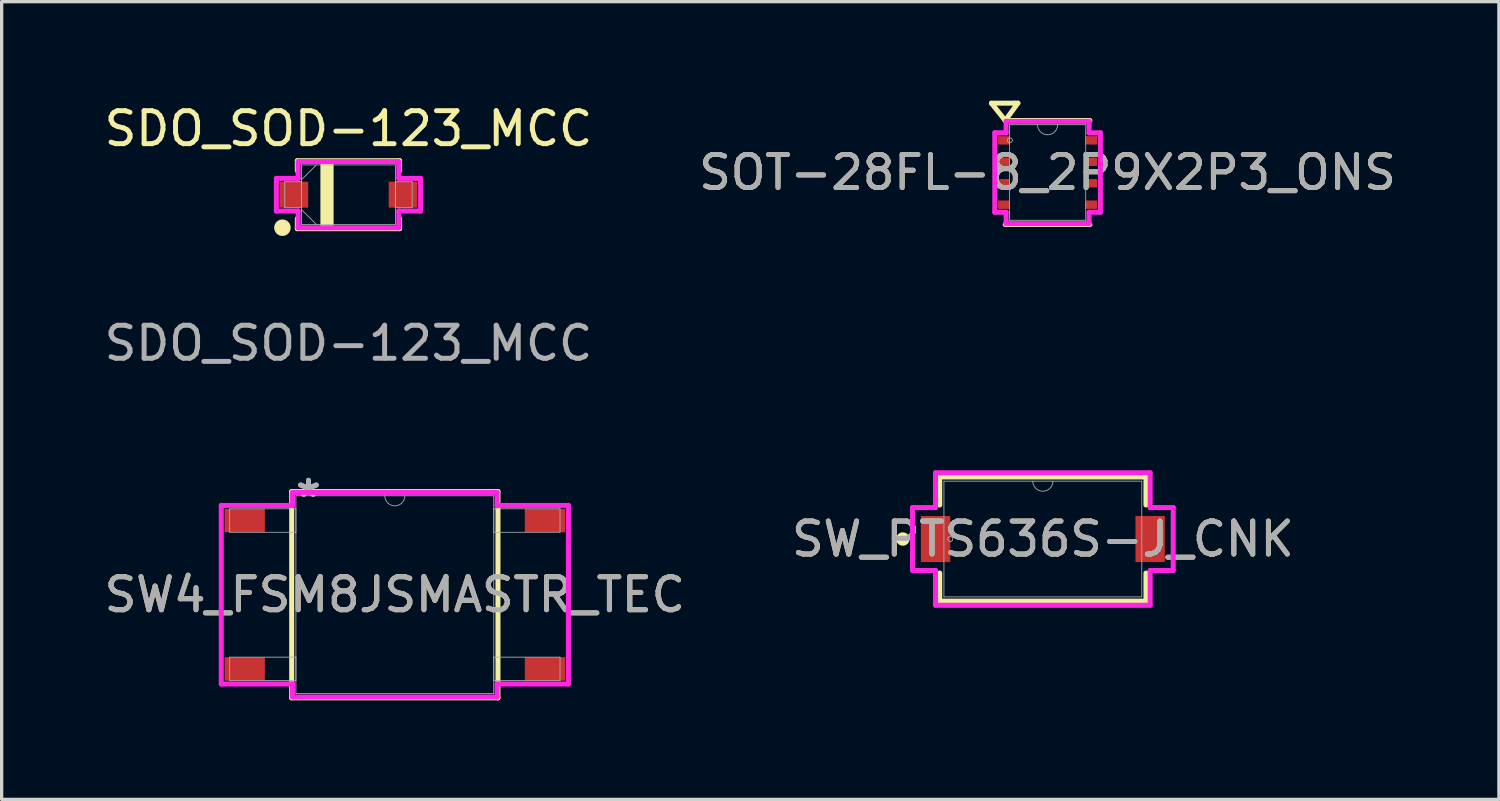
<source format=kicad_pcb>
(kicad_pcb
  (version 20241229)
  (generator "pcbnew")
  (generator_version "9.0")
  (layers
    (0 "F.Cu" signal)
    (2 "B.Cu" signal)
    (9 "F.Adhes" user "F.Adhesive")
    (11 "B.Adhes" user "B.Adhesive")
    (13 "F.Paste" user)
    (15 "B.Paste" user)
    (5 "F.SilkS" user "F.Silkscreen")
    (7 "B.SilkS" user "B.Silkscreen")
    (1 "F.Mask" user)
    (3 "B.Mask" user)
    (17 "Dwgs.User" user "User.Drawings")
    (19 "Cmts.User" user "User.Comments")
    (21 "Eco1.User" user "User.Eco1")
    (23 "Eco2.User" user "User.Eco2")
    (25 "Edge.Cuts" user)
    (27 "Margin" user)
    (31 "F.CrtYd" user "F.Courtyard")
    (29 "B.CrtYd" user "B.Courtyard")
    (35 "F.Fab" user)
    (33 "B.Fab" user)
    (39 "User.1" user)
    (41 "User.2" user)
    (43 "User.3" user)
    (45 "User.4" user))
  (footprint "SOT-28FL-8_2P9X2P3_ONS"
    (layer "F.Cu")
    (at 28.685 2.176)
    (property "Reference" "SOT-28FL-8_2P9X2P3_ONS" (at 0 0 0) (unlocked yes) (layer "F.SilkS") (effects (font (size 1 1) (thickness 0.15))))
    (attr smd)
    (fp_line (start -1.7 -2.1) (end -1 -2.1) (stroke (width 0.152) (type solid)) (layer "F.SilkS"))
    (fp_line (start -1.283 -1.575) (end -1.7 -2.1) (stroke (width 0.152) (type solid)) (layer "F.SilkS"))
    (fp_line (start -1.283 1.575) (end 1.283 1.575) (stroke (width 0.152) (type solid)) (layer "F.SilkS"))
    (fp_line (start -1 -2.1) (end -0.9 -2.1) (stroke (width 0.152) (type solid)) (layer "F.SilkS"))
    (fp_line (start -0.9 -2.1) (end -1.283 -1.575) (stroke (width 0.152) (type solid)) (layer "F.SilkS"))
    (fp_line (start 1.283 -1.575) (end -1.283 -1.575) (stroke (width 0.152) (type solid)) (layer "F.SilkS"))
    (fp_line (start -1.6 -1.204) (end -1.257 -1.204) (stroke (width 0.152) (type solid)) (layer "F.CrtYd"))
    (fp_line (start -1.6 1.204) (end -1.6 -1.204) (stroke (width 0.152) (type solid)) (layer "F.CrtYd"))
    (fp_line (start -1.257 -1.549) (end 1.257 -1.549) (stroke (width 0.152) (type solid)) (layer "F.CrtYd"))
    (fp_line (start -1.257 -1.204) (end -1.257 -1.549) (stroke (width 0.152) (type solid)) (layer "F.CrtYd"))
    (fp_line (start -1.257 1.204) (end -1.6 1.204) (stroke (width 0.152) (type solid)) (layer "F.CrtYd"))
    (fp_line (start -1.257 1.549) (end -1.257 1.204) (stroke (width 0.152) (type solid)) (layer "F.CrtYd"))
    (fp_line (start 1.257 -1.549) (end 1.257 -1.204) (stroke (width 0.152) (type solid)) (layer "F.CrtYd"))
    (fp_line (start 1.257 -1.204) (end 1.6 -1.204) (stroke (width 0.152) (type solid)) (layer "F.CrtYd"))
    (fp_line (start 1.257 1.204) (end 1.257 1.549) (stroke (width 0.152) (type solid)) (layer "F.CrtYd"))
    (fp_line (start 1.257 1.549) (end -1.257 1.549) (stroke (width 0.152) (type solid)) (layer "F.CrtYd"))
    (fp_line (start 1.6 -1.204) (end 1.6 1.204) (stroke (width 0.152) (type solid)) (layer "F.CrtYd"))
    (fp_line (start 1.6 1.204) (end 1.257 1.204) (stroke (width 0.152) (type solid)) (layer "F.CrtYd"))
    (fp_line (start -1.156 -1.448) (end -1.156 1.448) (stroke (width 0.025) (type solid)) (layer "F.Fab"))
    (fp_line (start -1.156 1.448) (end 1.156 1.448) (stroke (width 0.025) (type solid)) (layer "F.Fab"))
    (fp_line (start 1.156 -1.448) (end -1.156 -1.448) (stroke (width 0.025) (type solid)) (layer "F.Fab"))
    (fp_line (start 1.156 1.448) (end 1.156 -1.448) (stroke (width 0.025) (type solid)) (layer "F.Fab"))
    (fp_arc (start 0.3048 -1.4478) (mid 0 -1.143) (end -0.3048 -1.4478) (stroke (width 0.0254) (type solid)) (layer "F.Fab"))
    (fp_circle (center -1.143 -0.975) (end -1.067 -0.975) (stroke (width 0.025) (type solid)) (fill no) (layer "F.Fab"))
    (fp_text user "${REFERENCE}" (at 0 0 0) (unlocked yes) (layer "F.Fab") (effects (font (size 1 1) (thickness 0.15))))
    (pad "1" smd rect (at -1.321 -0.975) (size 0.356 0.254) (layers "F.Cu" "F.Mask" "F.Paste"))
    (pad "2" smd rect (at -1.321 -0.325) (size 0.356 0.254) (layers "F.Cu" "F.Mask" "F.Paste"))
    (pad "3" smd rect (at -1.321 0.325) (size 0.356 0.254) (layers "F.Cu" "F.Mask" "F.Paste"))
    (pad "4" smd rect (at -1.321 0.975) (size 0.356 0.254) (layers "F.Cu" "F.Mask" "F.Paste"))
    (pad "5" smd rect (at 1.321 0.975) (size 0.356 0.254) (layers "F.Cu" "F.Mask" "F.Paste"))
    (pad "6" smd rect (at 1.321 0.325) (size 0.356 0.254) (layers "F.Cu" "F.Mask" "F.Paste"))
    (pad "7" smd rect (at 1.321 -0.325) (size 0.356 0.254) (layers "F.Cu" "F.Mask" "F.Paste"))
    (pad "8" smd rect (at 1.321 -0.975) (size 0.356 0.254) (layers "F.Cu" "F.Mask" "F.Paste")))
  (footprint "SW_PTS636S-J_CNK"
    (layer "F.Cu")
    (at 28.542 13.279)
    (property "Reference" "SW_PTS636S-J_CNK" (at 0 0 0) (unlocked yes) (layer "F.SilkS") (effects (font (size 1 1) (thickness 0.15))))
    (attr smd)
    (fp_line (start -3.124 -1.88) (end -3.124 -1.031) (stroke (width 0.152) (type solid)) (layer "F.SilkS"))
    (fp_line (start -3.124 1.031) (end -3.124 1.88) (stroke (width 0.152) (type solid)) (layer "F.SilkS"))
    (fp_line (start -3.124 1.88) (end 3.124 1.88) (stroke (width 0.152) (type solid)) (layer "F.SilkS"))
    (fp_line (start 3.124 -1.88) (end -3.124 -1.88) (stroke (width 0.152) (type solid)) (layer "F.SilkS"))
    (fp_line (start 3.124 -1.031) (end 3.124 -1.88) (stroke (width 0.152) (type solid)) (layer "F.SilkS"))
    (fp_line (start 3.124 1.88) (end 3.124 1.031) (stroke (width 0.152) (type solid)) (layer "F.SilkS"))
    (fp_circle (center -4.241 0) (end -4.114 0) (stroke (width 0.152) (type solid)) (fill no) (layer "F.SilkS"))
    (fp_line (start -3.949 -0.953) (end -3.251 -0.953) (stroke (width 0.152) (type solid)) (layer "F.CrtYd"))
    (fp_line (start -3.949 0.953) (end -3.949 -0.953) (stroke (width 0.152) (type solid)) (layer "F.CrtYd"))
    (fp_line (start -3.949 0.953) (end -3.251 0.953) (stroke (width 0.152) (type solid)) (layer "F.CrtYd"))
    (fp_line (start -3.251 -2.007) (end 3.251 -2.007) (stroke (width 0.152) (type solid)) (layer "F.CrtYd"))
    (fp_line (start -3.251 -0.953) (end -3.251 -2.007) (stroke (width 0.152) (type solid)) (layer "F.CrtYd"))
    (fp_line (start -3.251 2.007) (end -3.251 0.953) (stroke (width 0.152) (type solid)) (layer "F.CrtYd"))
    (fp_line (start 3.251 -2.007) (end 3.251 -0.953) (stroke (width 0.152) (type solid)) (layer "F.CrtYd"))
    (fp_line (start 3.251 0.953) (end 3.251 2.007) (stroke (width 0.152) (type solid)) (layer "F.CrtYd"))
    (fp_line (start 3.251 2.007) (end -3.251 2.007) (stroke (width 0.152) (type solid)) (layer "F.CrtYd"))
    (fp_line (start 3.949 -0.953) (end 3.251 -0.953) (stroke (width 0.152) (type solid)) (layer "F.CrtYd"))
    (fp_line (start 3.949 -0.953) (end 3.949 0.953) (stroke (width 0.152) (type solid)) (layer "F.CrtYd"))
    (fp_line (start 3.949 0.953) (end 3.251 0.953) (stroke (width 0.152) (type solid)) (layer "F.CrtYd"))
    (fp_line (start -2.997 -1.753) (end -2.997 1.753) (stroke (width 0.025) (type solid)) (layer "F.Fab"))
    (fp_line (start -2.997 1.753) (end 2.997 1.753) (stroke (width 0.025) (type solid)) (layer "F.Fab"))
    (fp_line (start 2.997 -1.753) (end -2.997 -1.753) (stroke (width 0.025) (type solid)) (layer "F.Fab"))
    (fp_line (start 2.997 1.753) (end 2.997 -1.753) (stroke (width 0.025) (type solid)) (layer "F.Fab"))
    (fp_arc (start 0.3048 -1.7526) (mid 0 -1.4478) (end -0.3048 -1.7526) (stroke (width 0.0254) (type solid)) (layer "F.Fab"))
    (fp_circle (center -2.805 0) (end -2.729 0) (stroke (width 0.025) (type solid)) (fill no) (layer "F.Fab"))
    (fp_text user "${REFERENCE}" (at 0 0 0) (unlocked yes) (layer "F.Fab") (effects (font (size 1 1) (thickness 0.15))))
    (pad "1" smd rect (at -3.25 0) (size 0.889 1.397) (layers "F.Cu" "F.Mask" "F.Paste"))
    (pad "2" smd rect (at 3.25 0) (size 0.889 1.397) (layers "F.Cu" "F.Mask" "F.Paste")))
  (footprint "SDO_SOD-123_MCC"
    (layer "F.Cu")
    (at 7.506 2.848)
    (property "Reference" "SDO_SOD-123_MCC" (at 0 -2 0) (unlocked yes) (layer "F.SilkS") (effects (font (size 1 1) (thickness 0.15))))
    (attr smd)
    (fp_line (start -1.549 -1.029) (end -1.549 -0.726) (stroke (width 0.152) (type solid)) (layer "F.SilkS"))
    (fp_line (start -1.549 0.726) (end -1.549 1.029) (stroke (width 0.152) (type solid)) (layer "F.SilkS"))
    (fp_line (start -1.549 1.029) (end 1.549 1.029) (stroke (width 0.152) (type solid)) (layer "F.SilkS"))
    (fp_line (start 1.549 -1.029) (end -1.549 -1.029) (stroke (width 0.152) (type solid)) (layer "F.SilkS"))
    (fp_line (start 1.549 -0.726) (end 1.549 -1.029) (stroke (width 0.152) (type solid)) (layer "F.SilkS"))
    (fp_line (start 1.549 1.029) (end 1.549 0.726) (stroke (width 0.152) (type solid)) (layer "F.SilkS"))
    (fp_rect (start -0.8 -1) (end -0.5 1) (stroke (width 0.1) (type solid)) (fill yes) (layer "F.SilkS"))
    (fp_circle (center -2 1) (end -1.8 1) (stroke (width 0.1) (type solid)) (fill yes) (layer "F.SilkS"))
    (fp_line (start -2.184 -0.495) (end -1.524 -0.495) (stroke (width 0.152) (type solid)) (layer "F.CrtYd"))
    (fp_line (start -2.184 0.495) (end -2.184 -0.495) (stroke (width 0.152) (type solid)) (layer "F.CrtYd"))
    (fp_line (start -1.524 -1.003) (end 1.524 -1.003) (stroke (width 0.152) (type solid)) (layer "F.CrtYd"))
    (fp_line (start -1.524 -0.495) (end -1.524 -1.003) (stroke (width 0.152) (type solid)) (layer "F.CrtYd"))
    (fp_line (start -1.524 0.495) (end -2.184 0.495) (stroke (width 0.152) (type solid)) (layer "F.CrtYd"))
    (fp_line (start -1.524 1.003) (end -1.524 0.495) (stroke (width 0.152) (type solid)) (layer "F.CrtYd"))
    (fp_line (start 1.524 -1.003) (end 1.524 -0.495) (stroke (width 0.152) (type solid)) (layer "F.CrtYd"))
    (fp_line (start 1.524 -0.495) (end 2.184 -0.495) (stroke (width 0.152) (type solid)) (layer "F.CrtYd"))
    (fp_line (start 1.524 0.495) (end 1.524 1.003) (stroke (width 0.152) (type solid)) (layer "F.CrtYd"))
    (fp_line (start 1.524 1.003) (end -1.524 1.003) (stroke (width 0.152) (type solid)) (layer "F.CrtYd"))
    (fp_line (start 2.184 -0.495) (end 2.184 0.495) (stroke (width 0.152) (type solid)) (layer "F.CrtYd"))
    (fp_line (start 2.184 0.495) (end 1.524 0.495) (stroke (width 0.152) (type solid)) (layer "F.CrtYd"))
    (fp_line (start -1.93 -0.394) (end -1.93 0.394) (stroke (width 0.025) (type solid)) (layer "F.Fab"))
    (fp_line (start -1.93 0.394) (end -1.422 0.394) (stroke (width 0.025) (type solid)) (layer "F.Fab"))
    (fp_line (start -1.422 -0.902) (end -1.422 0.902) (stroke (width 0.025) (type solid)) (layer "F.Fab"))
    (fp_line (start -1.422 -0.451) (end -0.972 -0.902) (stroke (width 0.025) (type solid)) (layer "F.Fab"))
    (fp_line (start -1.422 -0.394) (end -1.93 -0.394) (stroke (width 0.025) (type solid)) (layer "F.Fab"))
    (fp_line (start -1.422 0.394) (end -1.422 -0.394) (stroke (width 0.025) (type solid)) (layer "F.Fab"))
    (fp_line (start -1.422 0.451) (end -0.972 0.902) (stroke (width 0.025) (type solid)) (layer "F.Fab"))
    (fp_line (start -1.422 0.902) (end 1.422 0.902) (stroke (width 0.025) (type solid)) (layer "F.Fab"))
    (fp_line (start 1.422 -0.902) (end -1.422 -0.902) (stroke (width 0.025) (type solid)) (layer "F.Fab"))
    (fp_line (start 1.422 -0.394) (end 1.422 0.394) (stroke (width 0.025) (type solid)) (layer "F.Fab"))
    (fp_line (start 1.422 0.394) (end 1.93 0.394) (stroke (width 0.025) (type solid)) (layer "F.Fab"))
    (fp_line (start 1.422 0.902) (end 1.422 -0.902) (stroke (width 0.025) (type solid)) (layer "F.Fab"))
    (fp_line (start 1.93 -0.394) (end 1.422 -0.394) (stroke (width 0.025) (type solid)) (layer "F.Fab"))
    (fp_line (start 1.93 0.394) (end 1.93 -0.394) (stroke (width 0.025) (type solid)) (layer "F.Fab"))
    (fp_text user "${REFERENCE}" (at 0 4.5 0) (unlocked yes) (layer "F.Fab") (effects (font (size 1 1) (thickness 0.15))))
    (pad "1" smd rect (at -1.651 0) (size 0.864 0.787) (layers "F.Cu" "F.Mask" "F.Paste"))
    (pad "2" smd rect (at 1.651 0) (size 0.864 0.787) (layers "F.Cu" "F.Mask" "F.Paste")))
  (footprint "SW4_FSM8JSMASTR_TEC"
    (layer "F.Cu")
    (at 8.911 14.966)
    (property "Reference" "SW4_FSM8JSMASTR_TEC" (at 0 0 0) (unlocked yes) (layer "F.SilkS") (effects (font (size 1 1) (thickness 0.15))))
    (attr smd)
    (fp_line (start -3.124 -3.124) (end -3.124 3.124) (stroke (width 0.152) (type solid)) (layer "F.SilkS"))
    (fp_line (start -3.124 3.124) (end 3.124 3.124) (stroke (width 0.152) (type solid)) (layer "F.SilkS"))
    (fp_line (start 3.124 -3.124) (end -3.124 -3.124) (stroke (width 0.152) (type solid)) (layer "F.SilkS"))
    (fp_line (start 3.124 3.124) (end 3.124 -3.124) (stroke (width 0.152) (type solid)) (layer "F.SilkS"))
    (fp_line (start -5.258 -2.705) (end -3.099 -2.705) (stroke (width 0.152) (type solid)) (layer "F.CrtYd"))
    (fp_line (start -5.258 2.705) (end -5.258 -2.705) (stroke (width 0.152) (type solid)) (layer "F.CrtYd"))
    (fp_line (start -5.258 2.705) (end -3.099 2.705) (stroke (width 0.152) (type solid)) (layer "F.CrtYd"))
    (fp_line (start -3.099 -3.099) (end 3.099 -3.099) (stroke (width 0.152) (type solid)) (layer "F.CrtYd"))
    (fp_line (start -3.099 -2.705) (end -3.099 -3.099) (stroke (width 0.152) (type solid)) (layer "F.CrtYd"))
    (fp_line (start -3.099 3.099) (end -3.099 2.705) (stroke (width 0.152) (type solid)) (layer "F.CrtYd"))
    (fp_line (start 3.099 -3.099) (end 3.099 -2.705) (stroke (width 0.152) (type solid)) (layer "F.CrtYd"))
    (fp_line (start 3.099 2.705) (end 3.099 3.099) (stroke (width 0.152) (type solid)) (layer "F.CrtYd"))
    (fp_line (start 3.099 3.099) (end -3.099 3.099) (stroke (width 0.152) (type solid)) (layer "F.CrtYd"))
    (fp_line (start 5.258 -2.705) (end 3.099 -2.705) (stroke (width 0.152) (type solid)) (layer "F.CrtYd"))
    (fp_line (start 5.258 -2.705) (end 5.258 2.705) (stroke (width 0.152) (type solid)) (layer "F.CrtYd"))
    (fp_line (start 5.258 2.705) (end 3.099 2.705) (stroke (width 0.152) (type solid)) (layer "F.CrtYd"))
    (fp_line (start -5.004 -2.603) (end -5.004 -1.892) (stroke (width 0.025) (type solid)) (layer "F.Fab"))
    (fp_line (start -5.004 -1.892) (end -2.997 -1.892) (stroke (width 0.025) (type solid)) (layer "F.Fab"))
    (fp_line (start -5.004 1.892) (end -5.004 2.603) (stroke (width 0.025) (type solid)) (layer "F.Fab"))
    (fp_line (start -5.004 2.603) (end -2.997 2.603) (stroke (width 0.025) (type solid)) (layer "F.Fab"))
    (fp_line (start -2.997 -2.997) (end -2.997 2.997) (stroke (width 0.025) (type solid)) (layer "F.Fab"))
    (fp_line (start -2.997 -2.603) (end -5.004 -2.603) (stroke (width 0.025) (type solid)) (layer "F.Fab"))
    (fp_line (start -2.997 -1.892) (end -2.997 -2.603) (stroke (width 0.025) (type solid)) (layer "F.Fab"))
    (fp_line (start -2.997 1.892) (end -5.004 1.892) (stroke (width 0.025) (type solid)) (layer "F.Fab"))
    (fp_line (start -2.997 2.603) (end -2.997 1.892) (stroke (width 0.025) (type solid)) (layer "F.Fab"))
    (fp_line (start -2.997 2.997) (end 2.997 2.997) (stroke (width 0.025) (type solid)) (layer "F.Fab"))
    (fp_line (start 2.997 -2.997) (end -2.997 -2.997) (stroke (width 0.025) (type solid)) (layer "F.Fab"))
    (fp_line (start 2.997 -2.603) (end 2.997 -1.892) (stroke (width 0.025) (type solid)) (layer "F.Fab"))
    (fp_line (start 2.997 -1.892) (end 5.004 -1.892) (stroke (width 0.025) (type solid)) (layer "F.Fab"))
    (fp_line (start 2.997 1.892) (end 2.997 2.603) (stroke (width 0.025) (type solid)) (layer "F.Fab"))
    (fp_line (start 2.997 2.603) (end 5.004 2.603) (stroke (width 0.025) (type solid)) (layer "F.Fab"))
    (fp_line (start 2.997 2.997) (end 2.997 -2.997) (stroke (width 0.025) (type solid)) (layer "F.Fab"))
    (fp_line (start 5.004 -2.603) (end 2.997 -2.603) (stroke (width 0.025) (type solid)) (layer "F.Fab"))
    (fp_line (start 5.004 -1.892) (end 5.004 -2.603) (stroke (width 0.025) (type solid)) (layer "F.Fab"))
    (fp_line (start 5.004 1.892) (end 2.997 1.892) (stroke (width 0.025) (type solid)) (layer "F.Fab"))
    (fp_line (start 5.004 2.603) (end 5.004 1.892) (stroke (width 0.025) (type solid)) (layer "F.Fab"))
    (fp_arc (start 0.3048 -2.9972) (mid 0 -2.6924) (end -0.3048 -2.9972) (stroke (width 0.0254) (type solid)) (layer "F.Fab"))
    (fp_text user "*" (at -2.616 -2.921 0) (layer "F.Fab") (effects (font (size 1 1) (thickness 0.15))))
    (fp_text user "*" (at -2.616 -2.921 0) (unlocked yes) (layer "F.Fab") (effects (font (size 1 1) (thickness 0.15))))
    (fp_text user "${REFERENCE}" (at 0 0 0) (unlocked yes) (layer "F.Fab") (effects (font (size 1 1) (thickness 0.15))))
    (pad "1" smd rect (at -4.547 -2.248) (size 1.219 0.711) (layers "F.Cu" "F.Mask" "F.Paste"))
    (pad "2" smd rect (at -4.547 2.248) (size 1.219 0.711) (layers "F.Cu" "F.Mask" "F.Paste"))
    (pad "3" smd rect (at 4.547 2.248) (size 1.219 0.711) (layers "F.Cu" "F.Mask" "F.Paste"))
    (pad "4" smd rect (at 4.547 -2.248) (size 1.219 0.711) (layers "F.Cu" "F.Mask" "F.Paste")))
  (gr_rect
    (start -3 -3)
    (end 42.357 21.166)
    (stroke (width 0.1) (type default))
    (fill no)
    (layer "Edge.Cuts")))
</source>
